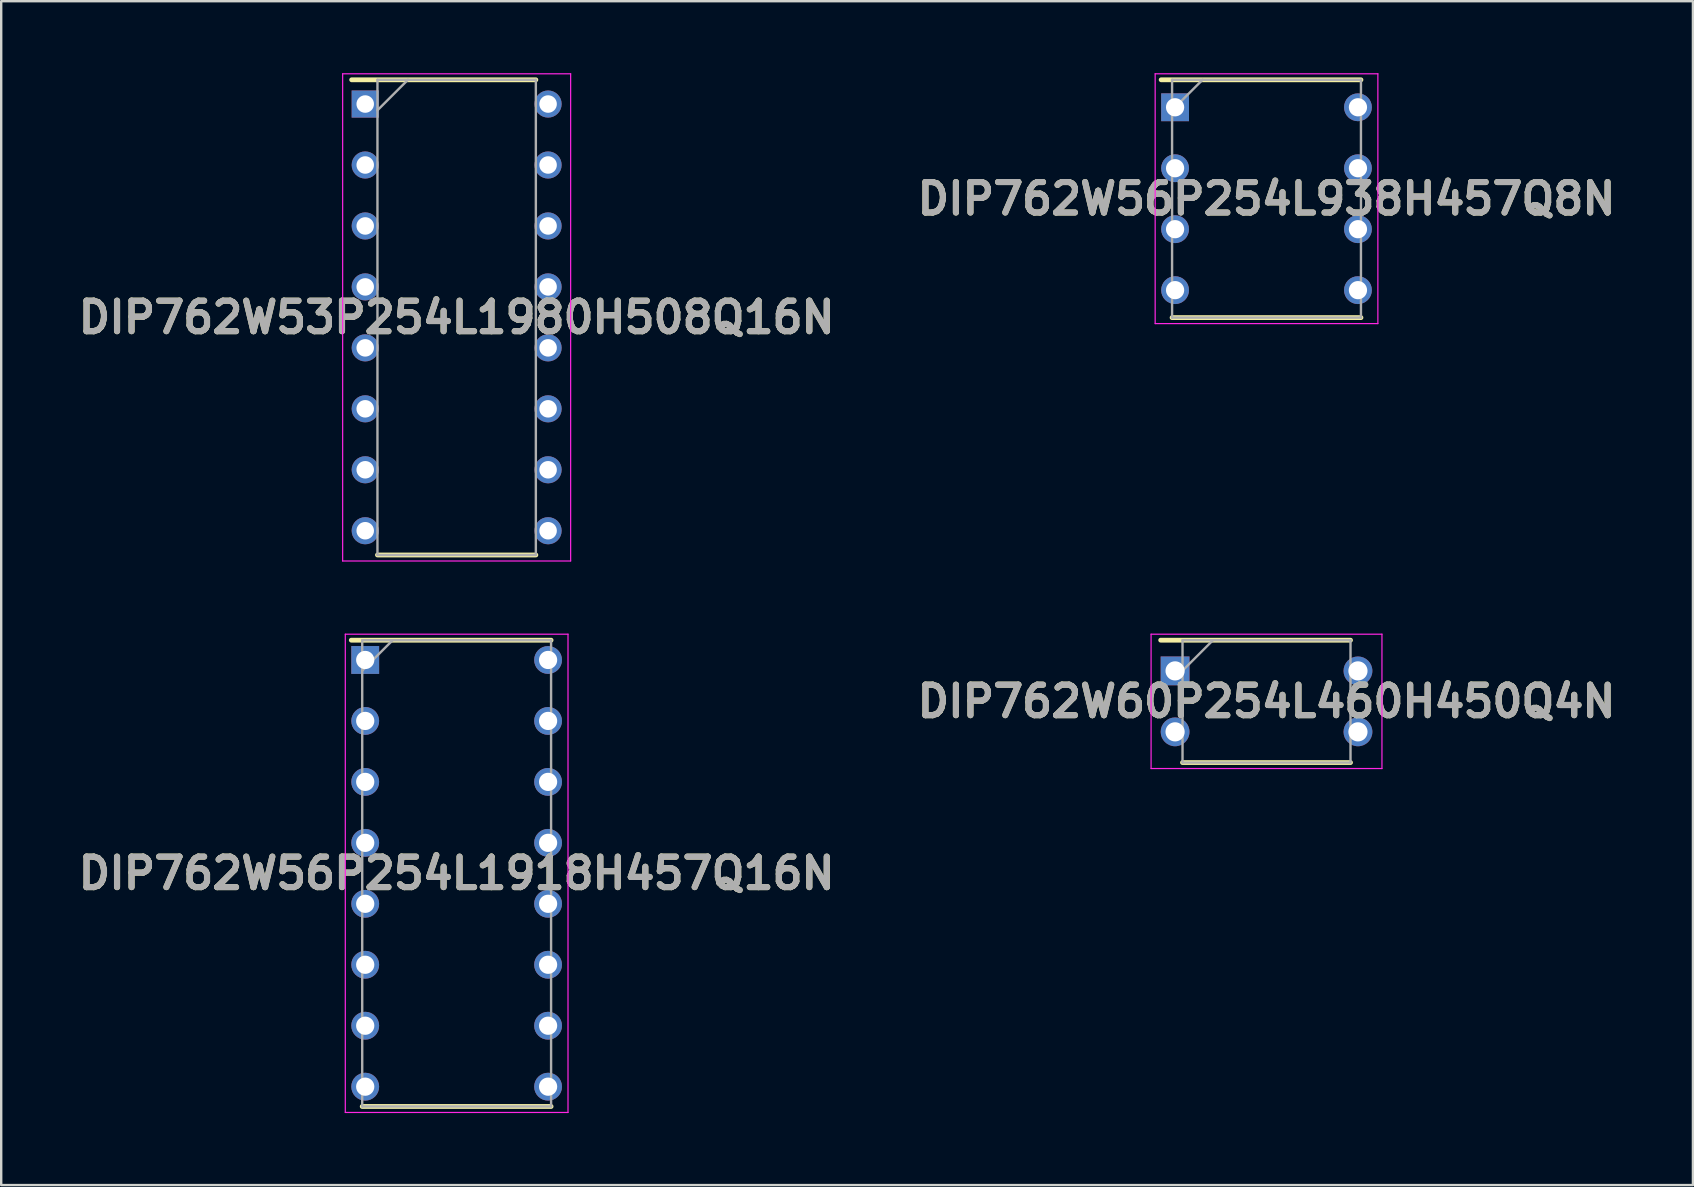
<source format=kicad_pcb>
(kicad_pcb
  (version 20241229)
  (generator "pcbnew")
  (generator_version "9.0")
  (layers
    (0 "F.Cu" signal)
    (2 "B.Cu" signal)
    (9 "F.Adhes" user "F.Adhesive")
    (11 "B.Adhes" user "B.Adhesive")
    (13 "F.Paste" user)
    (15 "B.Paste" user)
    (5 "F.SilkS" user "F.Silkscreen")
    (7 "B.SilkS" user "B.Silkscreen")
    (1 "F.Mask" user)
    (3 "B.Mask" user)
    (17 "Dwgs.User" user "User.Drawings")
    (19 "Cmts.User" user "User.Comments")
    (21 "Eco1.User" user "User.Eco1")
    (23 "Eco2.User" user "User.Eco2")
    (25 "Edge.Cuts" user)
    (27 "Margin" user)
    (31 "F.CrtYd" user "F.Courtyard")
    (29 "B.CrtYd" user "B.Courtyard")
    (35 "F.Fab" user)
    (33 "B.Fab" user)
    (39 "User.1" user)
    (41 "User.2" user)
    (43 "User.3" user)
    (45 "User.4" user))
  (footprint "DIP762W56P254L938H457Q8N"
    (layer "F.Cu")
    (at 49.724 5.23)
    (property "Reference" "DIP762W56P254L938H457Q8N" (at 0 0 0) (layer "F.SilkS") (effects (font (size 1.27 1.27) (thickness 0.254))))
    (attr through_hole)
    (fp_line (start -4.39 -4.955) (end 3.935 -4.955) (stroke (width 0.2) (type solid)) (layer "F.SilkS"))
    (fp_line (start -3.935 4.955) (end 3.935 4.955) (stroke (width 0.2) (type solid)) (layer "F.SilkS"))
    (fp_line (start -4.64 -5.205) (end 4.64 -5.205) (stroke (width 0.05) (type solid)) (layer "F.CrtYd"))
    (fp_line (start -4.64 5.205) (end -4.64 -5.205) (stroke (width 0.05) (type solid)) (layer "F.CrtYd"))
    (fp_line (start 4.64 -5.205) (end 4.64 5.205) (stroke (width 0.05) (type solid)) (layer "F.CrtYd"))
    (fp_line (start 4.64 5.205) (end -4.64 5.205) (stroke (width 0.05) (type solid)) (layer "F.CrtYd"))
    (fp_line (start -3.935 -4.955) (end 3.935 -4.955) (stroke (width 0.1) (type solid)) (layer "F.Fab"))
    (fp_line (start -3.935 -3.685) (end -2.665 -4.955) (stroke (width 0.1) (type solid)) (layer "F.Fab"))
    (fp_line (start -3.935 4.955) (end -3.935 -4.955) (stroke (width 0.1) (type solid)) (layer "F.Fab"))
    (fp_line (start 3.935 -4.955) (end 3.935 4.955) (stroke (width 0.1) (type solid)) (layer "F.Fab"))
    (fp_line (start 3.935 4.955) (end -3.935 4.955) (stroke (width 0.1) (type solid)) (layer "F.Fab"))
    (fp_text user "${REFERENCE}" (at 0 0 0) (layer "F.Fab") (effects (font (size 1.27 1.27) (thickness 0.254))))
    (pad "1" thru_hole rect (at -3.81 -3.81) (size 1.16 1.16) (drill 0.76) (layers "*.Cu" "*.Mask"))
    (pad "2" thru_hole circle (at -3.81 -1.27) (size 1.16 1.16) (drill 0.76) (layers "*.Cu" "*.Mask"))
    (pad "3" thru_hole circle (at -3.81 1.27) (size 1.16 1.16) (drill 0.76) (layers "*.Cu" "*.Mask"))
    (pad "4" thru_hole circle (at -3.81 3.81) (size 1.16 1.16) (drill 0.76) (layers "*.Cu" "*.Mask"))
    (pad "5" thru_hole circle (at 3.81 3.81) (size 1.16 1.16) (drill 0.76) (layers "*.Cu" "*.Mask"))
    (pad "6" thru_hole circle (at 3.81 1.27) (size 1.16 1.16) (drill 0.76) (layers "*.Cu" "*.Mask"))
    (pad "7" thru_hole circle (at 3.81 -1.27) (size 1.16 1.16) (drill 0.76) (layers "*.Cu" "*.Mask"))
    (pad "8" thru_hole circle (at 3.81 -3.81) (size 1.16 1.16) (drill 0.76) (layers "*.Cu" "*.Mask")))
  (footprint "DIP762W53P254L1980H508Q16N"
    (layer "F.Cu")
    (at 15.978 10.175)
    (property "Reference" "DIP762W53P254L1980H508Q16N" (at 0 0 0) (layer "F.SilkS") (effects (font (size 1.27 1.27) (thickness 0.254))))
    (attr through_hole)
    (fp_line (start -4.375 -9.9) (end 3.3 -9.9) (stroke (width 0.2) (type solid)) (layer "F.SilkS"))
    (fp_line (start -3.3 9.9) (end 3.3 9.9) (stroke (width 0.2) (type solid)) (layer "F.SilkS"))
    (fp_line (start -4.75 -10.15) (end 4.75 -10.15) (stroke (width 0.05) (type solid)) (layer "F.CrtYd"))
    (fp_line (start -4.75 10.15) (end -4.75 -10.15) (stroke (width 0.05) (type solid)) (layer "F.CrtYd"))
    (fp_line (start 4.75 -10.15) (end 4.75 10.15) (stroke (width 0.05) (type solid)) (layer "F.CrtYd"))
    (fp_line (start 4.75 10.15) (end -4.75 10.15) (stroke (width 0.05) (type solid)) (layer "F.CrtYd"))
    (fp_line (start -3.3 -9.9) (end 3.3 -9.9) (stroke (width 0.1) (type solid)) (layer "F.Fab"))
    (fp_line (start -3.3 -8.63) (end -2.03 -9.9) (stroke (width 0.1) (type solid)) (layer "F.Fab"))
    (fp_line (start -3.3 9.9) (end -3.3 -9.9) (stroke (width 0.1) (type solid)) (layer "F.Fab"))
    (fp_line (start 3.3 -9.9) (end 3.3 9.9) (stroke (width 0.1) (type solid)) (layer "F.Fab"))
    (fp_line (start 3.3 9.9) (end -3.3 9.9) (stroke (width 0.1) (type solid)) (layer "F.Fab"))
    (fp_text user "${REFERENCE}" (at 0 0 0) (layer "F.Fab") (effects (font (size 1.27 1.27) (thickness 0.254))))
    (pad "1" thru_hole rect (at -3.81 -8.89) (size 1.13 1.13) (drill 0.73) (layers "*.Cu" "*.Mask"))
    (pad "2" thru_hole circle (at -3.81 -6.35) (size 1.13 1.13) (drill 0.73) (layers "*.Cu" "*.Mask"))
    (pad "3" thru_hole circle (at -3.81 -3.81) (size 1.13 1.13) (drill 0.73) (layers "*.Cu" "*.Mask"))
    (pad "4" thru_hole circle (at -3.81 -1.27) (size 1.13 1.13) (drill 0.73) (layers "*.Cu" "*.Mask"))
    (pad "5" thru_hole circle (at -3.81 1.27) (size 1.13 1.13) (drill 0.73) (layers "*.Cu" "*.Mask"))
    (pad "6" thru_hole circle (at -3.81 3.81) (size 1.13 1.13) (drill 0.73) (layers "*.Cu" "*.Mask"))
    (pad "7" thru_hole circle (at -3.81 6.35) (size 1.13 1.13) (drill 0.73) (layers "*.Cu" "*.Mask"))
    (pad "8" thru_hole circle (at -3.81 8.89) (size 1.13 1.13) (drill 0.73) (layers "*.Cu" "*.Mask"))
    (pad "9" thru_hole circle (at 3.81 8.89) (size 1.13 1.13) (drill 0.73) (layers "*.Cu" "*.Mask"))
    (pad "10" thru_hole circle (at 3.81 6.35) (size 1.13 1.13) (drill 0.73) (layers "*.Cu" "*.Mask"))
    (pad "11" thru_hole circle (at 3.81 3.81) (size 1.13 1.13) (drill 0.73) (layers "*.Cu" "*.Mask"))
    (pad "12" thru_hole circle (at 3.81 1.27) (size 1.13 1.13) (drill 0.73) (layers "*.Cu" "*.Mask"))
    (pad "13" thru_hole circle (at 3.81 -1.27) (size 1.13 1.13) (drill 0.73) (layers "*.Cu" "*.Mask"))
    (pad "14" thru_hole circle (at 3.81 -3.81) (size 1.13 1.13) (drill 0.73) (layers "*.Cu" "*.Mask"))
    (pad "15" thru_hole circle (at 3.81 -6.35) (size 1.13 1.13) (drill 0.73) (layers "*.Cu" "*.Mask"))
    (pad "16" thru_hole circle (at 3.81 -8.89) (size 1.13 1.13) (drill 0.73) (layers "*.Cu" "*.Mask")))
  (footprint "DIP762W60P254L460H450Q4N"
    (layer "F.Cu")
    (at 49.724 26.175)
    (property "Reference" "DIP762W60P254L460H450Q4N" (at 0 0 0) (layer "F.SilkS") (effects (font (size 1.27 1.27) (thickness 0.254))))
    (attr through_hole)
    (fp_line (start -4.41 -2.55) (end 3.5 -2.55) (stroke (width 0.2) (type solid)) (layer "F.SilkS"))
    (fp_line (start -3.5 2.55) (end 3.5 2.55) (stroke (width 0.2) (type solid)) (layer "F.SilkS"))
    (fp_line (start -4.81 -2.8) (end 4.81 -2.8) (stroke (width 0.05) (type solid)) (layer "F.CrtYd"))
    (fp_line (start -4.81 2.8) (end -4.81 -2.8) (stroke (width 0.05) (type solid)) (layer "F.CrtYd"))
    (fp_line (start 4.81 -2.8) (end 4.81 2.8) (stroke (width 0.05) (type solid)) (layer "F.CrtYd"))
    (fp_line (start 4.81 2.8) (end -4.81 2.8) (stroke (width 0.05) (type solid)) (layer "F.CrtYd"))
    (fp_line (start -3.5 -2.55) (end 3.5 -2.55) (stroke (width 0.1) (type solid)) (layer "F.Fab"))
    (fp_line (start -3.5 -1.28) (end -2.23 -2.55) (stroke (width 0.1) (type solid)) (layer "F.Fab"))
    (fp_line (start -3.5 2.55) (end -3.5 -2.55) (stroke (width 0.1) (type solid)) (layer "F.Fab"))
    (fp_line (start 3.5 -2.55) (end 3.5 2.55) (stroke (width 0.1) (type solid)) (layer "F.Fab"))
    (fp_line (start 3.5 2.55) (end -3.5 2.55) (stroke (width 0.1) (type solid)) (layer "F.Fab"))
    (fp_text user "${REFERENCE}" (at 0 0 0) (layer "F.Fab") (effects (font (size 1.27 1.27) (thickness 0.254))))
    (pad "1" thru_hole rect (at -3.81 -1.27) (size 1.2 1.2) (drill 0.8) (layers "*.Cu" "*.Mask"))
    (pad "2" thru_hole circle (at -3.81 1.27) (size 1.2 1.2) (drill 0.8) (layers "*.Cu" "*.Mask"))
    (pad "3" thru_hole circle (at 3.81 1.27) (size 1.2 1.2) (drill 0.8) (layers "*.Cu" "*.Mask"))
    (pad "4" thru_hole circle (at 3.81 -1.27) (size 1.2 1.2) (drill 0.8) (layers "*.Cu" "*.Mask")))
  (footprint "DIP762W56P254L1918H457Q16N"
    (layer "F.Cu")
    (at 15.978 33.34)
    (property "Reference" "DIP762W56P254L1918H457Q16N" (at 0 0 0) (layer "F.SilkS") (effects (font (size 1.27 1.27) (thickness 0.254))))
    (attr through_hole)
    (fp_line (start -4.39 -9.715) (end 3.935 -9.715) (stroke (width 0.2) (type solid)) (layer "F.SilkS"))
    (fp_line (start -3.935 9.715) (end 3.935 9.715) (stroke (width 0.2) (type solid)) (layer "F.SilkS"))
    (fp_line (start -4.64 -9.965) (end 4.64 -9.965) (stroke (width 0.05) (type solid)) (layer "F.CrtYd"))
    (fp_line (start -4.64 9.965) (end -4.64 -9.965) (stroke (width 0.05) (type solid)) (layer "F.CrtYd"))
    (fp_line (start 4.64 -9.965) (end 4.64 9.965) (stroke (width 0.05) (type solid)) (layer "F.CrtYd"))
    (fp_line (start 4.64 9.965) (end -4.64 9.965) (stroke (width 0.05) (type solid)) (layer "F.CrtYd"))
    (fp_line (start -3.935 -9.715) (end 3.935 -9.715) (stroke (width 0.1) (type solid)) (layer "F.Fab"))
    (fp_line (start -3.935 -8.445) (end -2.665 -9.715) (stroke (width 0.1) (type solid)) (layer "F.Fab"))
    (fp_line (start -3.935 9.715) (end -3.935 -9.715) (stroke (width 0.1) (type solid)) (layer "F.Fab"))
    (fp_line (start 3.935 -9.715) (end 3.935 9.715) (stroke (width 0.1) (type solid)) (layer "F.Fab"))
    (fp_line (start 3.935 9.715) (end -3.935 9.715) (stroke (width 0.1) (type solid)) (layer "F.Fab"))
    (fp_text user "${REFERENCE}" (at 0 0 0) (layer "F.Fab") (effects (font (size 1.27 1.27) (thickness 0.254))))
    (pad "1" thru_hole rect (at -3.81 -8.89) (size 1.16 1.16) (drill 0.76) (layers "*.Cu" "*.Mask"))
    (pad "2" thru_hole circle (at -3.81 -6.35) (size 1.16 1.16) (drill 0.76) (layers "*.Cu" "*.Mask"))
    (pad "3" thru_hole circle (at -3.81 -3.81) (size 1.16 1.16) (drill 0.76) (layers "*.Cu" "*.Mask"))
    (pad "4" thru_hole circle (at -3.81 -1.27) (size 1.16 1.16) (drill 0.76) (layers "*.Cu" "*.Mask"))
    (pad "5" thru_hole circle (at -3.81 1.27) (size 1.16 1.16) (drill 0.76) (layers "*.Cu" "*.Mask"))
    (pad "6" thru_hole circle (at -3.81 3.81) (size 1.16 1.16) (drill 0.76) (layers "*.Cu" "*.Mask"))
    (pad "7" thru_hole circle (at -3.81 6.35) (size 1.16 1.16) (drill 0.76) (layers "*.Cu" "*.Mask"))
    (pad "8" thru_hole circle (at -3.81 8.89) (size 1.16 1.16) (drill 0.76) (layers "*.Cu" "*.Mask"))
    (pad "9" thru_hole circle (at 3.81 8.89) (size 1.16 1.16) (drill 0.76) (layers "*.Cu" "*.Mask"))
    (pad "10" thru_hole circle (at 3.81 6.35) (size 1.16 1.16) (drill 0.76) (layers "*.Cu" "*.Mask"))
    (pad "11" thru_hole circle (at 3.81 3.81) (size 1.16 1.16) (drill 0.76) (layers "*.Cu" "*.Mask"))
    (pad "12" thru_hole circle (at 3.81 1.27) (size 1.16 1.16) (drill 0.76) (layers "*.Cu" "*.Mask"))
    (pad "13" thru_hole circle (at 3.81 -1.27) (size 1.16 1.16) (drill 0.76) (layers "*.Cu" "*.Mask"))
    (pad "14" thru_hole circle (at 3.81 -3.81) (size 1.16 1.16) (drill 0.76) (layers "*.Cu" "*.Mask"))
    (pad "15" thru_hole circle (at 3.81 -6.35) (size 1.16 1.16) (drill 0.76) (layers "*.Cu" "*.Mask"))
    (pad "16" thru_hole circle (at 3.81 -8.89) (size 1.16 1.16) (drill 0.76) (layers "*.Cu" "*.Mask")))
  (gr_rect
    (start -3 -3)
    (end 67.492 46.33)
    (stroke (width 0.1) (type default))
    (fill no)
    (layer "Edge.Cuts")))
</source>
